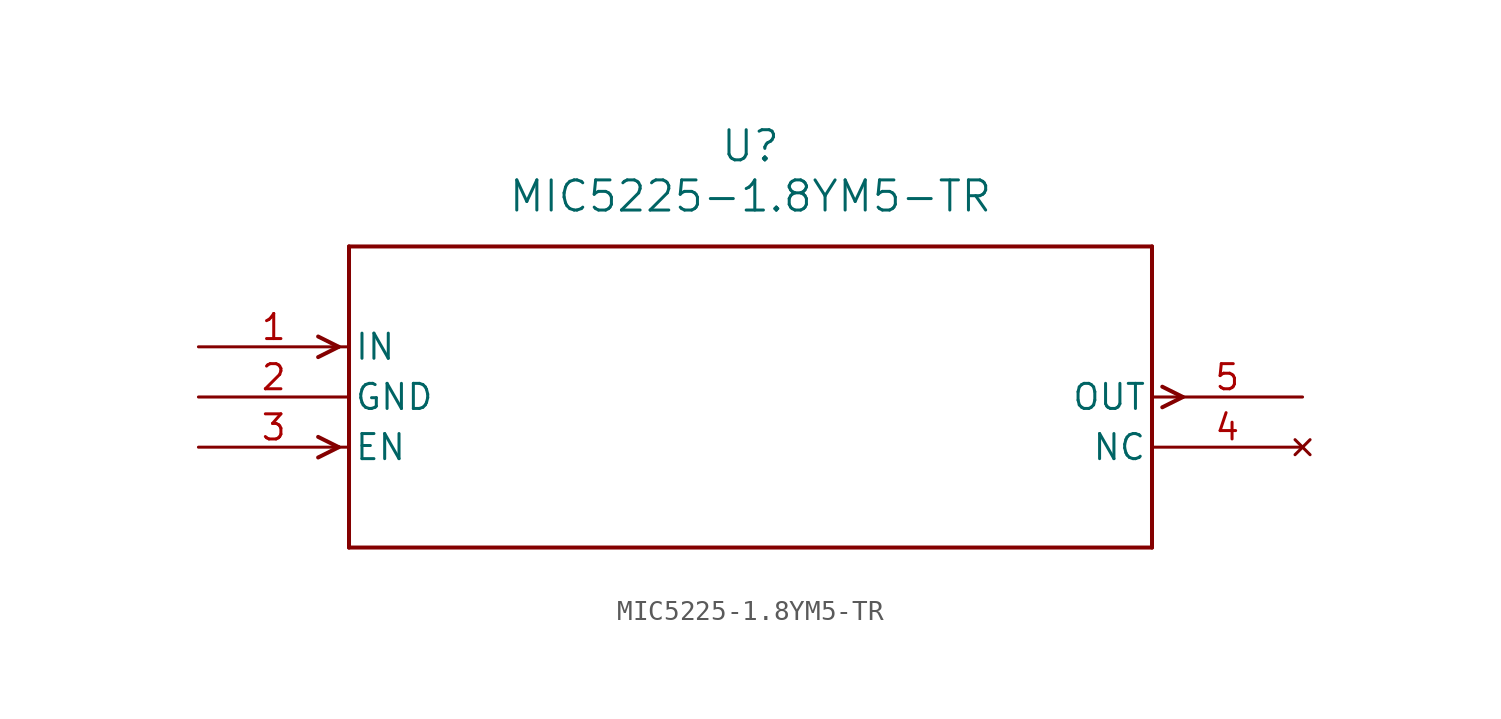
<source format=kicad_sym>
(kicad_symbol_lib
  (version 20211014)
  (generator kicad_symbol_editor)
  (symbol "MIC5225-1.8YM5-TR"
    (pin_names
      (offset 0.254))
    (property "Reference" "U"
      (at 27.94 10.16 0)
      (effects (font (size 1.524 1.524))))
    (property "Value" "MIC5225-1.8YM5-TR"
      (at 27.94 7.62 0)
      (effects (font (size 1.524 1.524))))
    (polyline
      (pts (xy 7.099 0) (xy 6.058 0.521))
      (stroke (width 0.203) (type default) (color 0 0 0 0))
      (fill (type none)))
    (polyline
      (pts (xy 7.099 0) (xy 6.058 -0.521))
      (stroke (width 0.203) (type default) (color 0 0 0 0))
      (fill (type none)))
    (polyline
      (pts (xy 7.099 -5.08) (xy 6.058 -4.559))
      (stroke (width 0.203) (type default) (color 0 0 0 0))
      (fill (type none)))
    (polyline
      (pts (xy 7.099 -5.08) (xy 6.058 -5.601))
      (stroke (width 0.203) (type default) (color 0 0 0 0))
      (fill (type none)))
    (polyline
      (pts (xy 48.781 -2.019) (xy 49.822 -2.54))
      (stroke (width 0.203) (type default) (color 0 0 0 0))
      (fill (type none)))
    (polyline
      (pts (xy 48.781 -3.061) (xy 49.822 -2.54))
      (stroke (width 0.203) (type default) (color 0 0 0 0))
      (fill (type none)))
    (polyline
      (pts (xy 7.62 5.08) (xy 7.62 -10.16))
      (stroke (width 0.203) (type default) (color 0 0 0 0))
      (fill (type none)))
    (polyline
      (pts (xy 7.62 -10.16) (xy 48.26 -10.16))
      (stroke (width 0.203) (type default) (color 0 0 0 0))
      (fill (type none)))
    (polyline
      (pts (xy 48.26 -10.16) (xy 48.26 5.08))
      (stroke (width 0.203) (type default) (color 0 0 0 0))
      (fill (type none)))
    (polyline
      (pts (xy 48.26 5.08) (xy 7.62 5.08))
      (stroke (width 0.203) (type default) (color 0 0 0 0))
      (fill (type none)))
    (pin input line
      (at 0 0 0)
      (length 7.62)
      (name "IN" (effects (font (size 1.27 1.27))))
      (number "1" (effects (font (size 1.27 1.27)))))
    (pin power_in line
      (at 0 -2.54 0)
      (length 7.62)
      (name "GND" (effects (font (size 1.27 1.27))))
      (number "2" (effects (font (size 1.27 1.27)))))
    (pin input line
      (at 0 -5.08 0)
      (length 7.62)
      (name "EN" (effects (font (size 1.27 1.27))))
      (number "3" (effects (font (size 1.27 1.27)))))
    (pin no_connect line
      (at 55.88 -5.08 180)
      (length 7.62)
      (name "NC" (effects (font (size 1.27 1.27))))
      (number "4" (effects (font (size 1.27 1.27)))))
    (pin output line
      (at 55.88 -2.54 180)
      (length 7.62)
      (name "OUT" (effects (font (size 1.27 1.27))))
      (number "5" (effects (font (size 1.27 1.27)))))))
</source>
